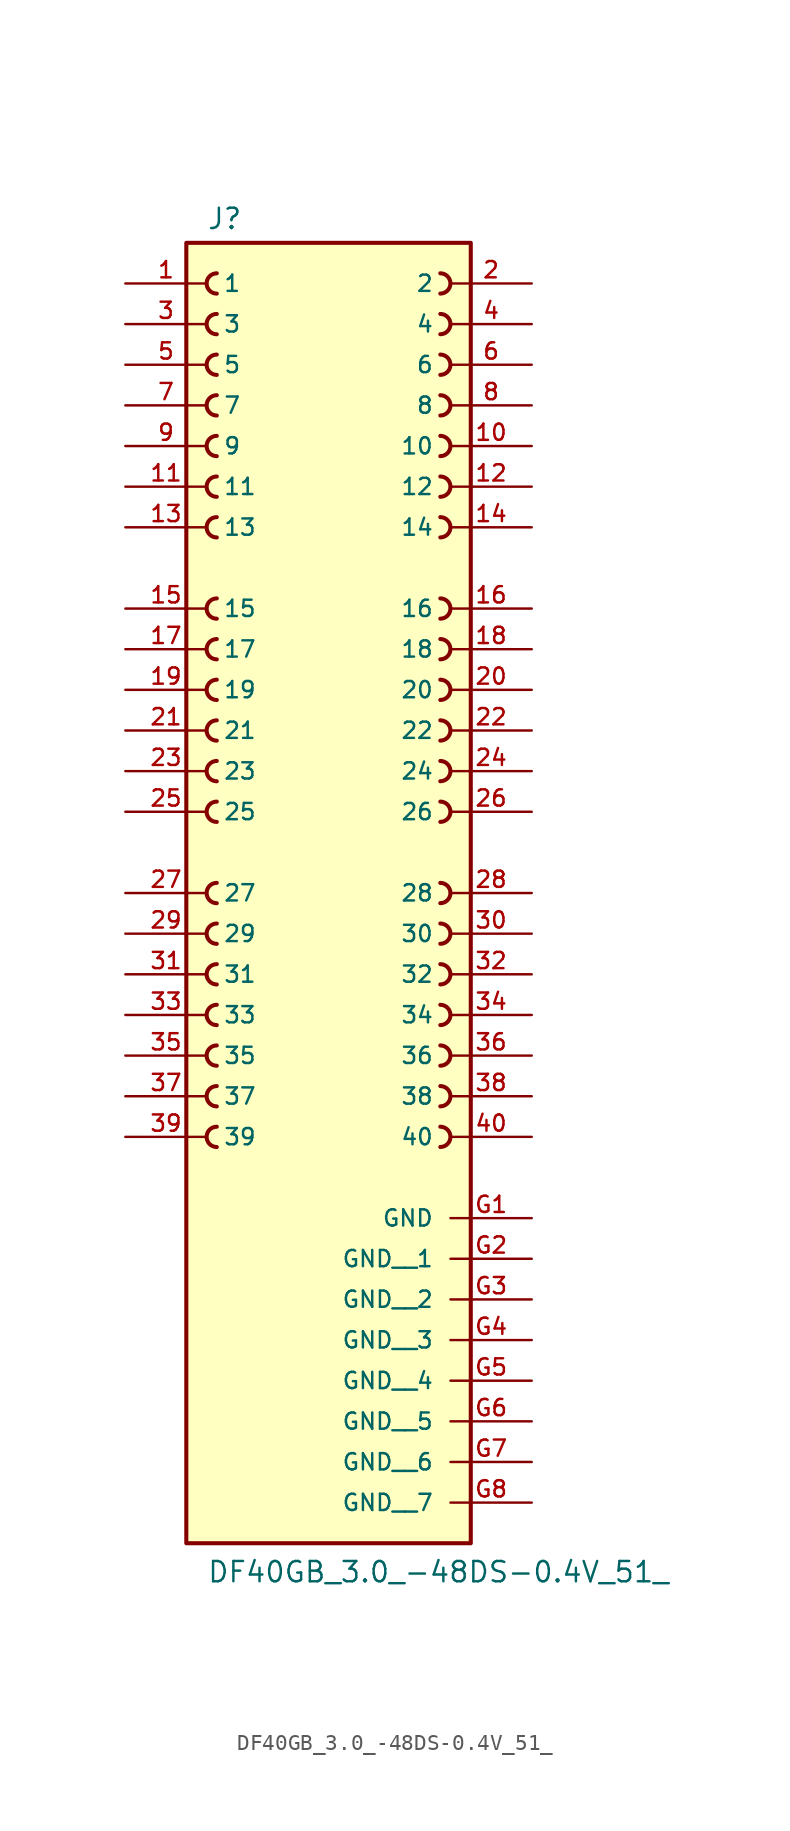
<source format=kicad_sym>
(kicad_symbol_lib
  (version 20211014)
  (generator kicad_symbol_editor)
  (symbol "DF40GB_3.0_-48DS-0.4V_51_"
    (pin_names
      (offset 1.016))
    (property "Reference" "J"
      (at -7.62 31.242 0)
      (effects (font (size 1.27 1.27)) (justify bottom left)))
    (property "Value" "DF40GB_3.0_-48DS-0.4V_51_"
      (at -7.62 -53.34 0)
      (effects (font (size 1.27 1.27)) (justify bottom left)))
    (symbol "DF40GB_3.0_-48DS-0.4V_51__0_0"
      (arc (start 6.985 27.305) (mid 7.62 27.94) (end 6.985 28.575) (stroke (width 0.254) (type default) (color 0 0 0 0)) (fill (type none)))
      (arc (start 6.985 24.765) (mid 7.62 25.4) (end 6.985 26.035) (stroke (width 0.254) (type default) (color 0 0 0 0)) (fill (type none)))
      (arc (start 6.985 22.225) (mid 7.62 22.86) (end 6.985 23.495) (stroke (width 0.254) (type default) (color 0 0 0 0)) (fill (type none)))
      (arc (start 6.985 19.685) (mid 7.62 20.32) (end 6.985 20.955) (stroke (width 0.254) (type default) (color 0 0 0 0)) (fill (type none)))
      (arc (start 6.985 17.145) (mid 7.62 17.78) (end 6.985 18.415) (stroke (width 0.254) (type default) (color 0 0 0 0)) (fill (type none)))
      (arc (start 6.985 14.605) (mid 7.62 15.24) (end 6.985 15.875) (stroke (width 0.254) (type default) (color 0 0 0 0)) (fill (type none)))
      (arc (start 6.985 12.065) (mid 7.62 12.7) (end 6.985 13.335) (stroke (width 0.254) (type default) (color 0 0 0 0)) (fill (type none)))
      (arc (start 6.985 6.985) (mid 7.62 7.62) (end 6.985 8.255) (stroke (width 0.254) (type default) (color 0 0 0 0)) (fill (type none)))
      (arc (start 6.985 4.445) (mid 7.62 5.08) (end 6.985 5.715) (stroke (width 0.254) (type default) (color 0 0 0 0)) (fill (type none)))
      (arc (start 6.985 1.905) (mid 7.62 2.54) (end 6.985 3.175) (stroke (width 0.254) (type default) (color 0 0 0 0)) (fill (type none)))
      (arc (start -6.985 3.175) (mid -7.62 2.54) (end -6.985 1.905) (stroke (width 0.254) (type default) (color 0 0 0 0)) (fill (type none)))
      (arc (start -6.985 5.715) (mid -7.62 5.08) (end -6.985 4.445) (stroke (width 0.254) (type default) (color 0 0 0 0)) (fill (type none)))
      (arc (start -6.985 8.255) (mid -7.62 7.62) (end -6.985 6.985) (stroke (width 0.254) (type default) (color 0 0 0 0)) (fill (type none)))
      (arc (start -6.985 13.335) (mid -7.62 12.7) (end -6.985 12.065) (stroke (width 0.254) (type default) (color 0 0 0 0)) (fill (type none)))
      (arc (start -6.985 15.875) (mid -7.62 15.24) (end -6.985 14.605) (stroke (width 0.254) (type default) (color 0 0 0 0)) (fill (type none)))
      (arc (start -6.985 18.415) (mid -7.62 17.78) (end -6.985 17.145) (stroke (width 0.254) (type default) (color 0 0 0 0)) (fill (type none)))
      (arc (start -6.985 20.955) (mid -7.62 20.32) (end -6.985 19.685) (stroke (width 0.254) (type default) (color 0 0 0 0)) (fill (type none)))
      (arc (start -6.985 23.495) (mid -7.62 22.86) (end -6.985 22.225) (stroke (width 0.254) (type default) (color 0 0 0 0)) (fill (type none)))
      (arc (start -6.985 26.035) (mid -7.62 25.4) (end -6.985 24.765) (stroke (width 0.254) (type default) (color 0 0 0 0)) (fill (type none)))
      (arc (start -6.985 28.575) (mid -7.62 27.94) (end -6.985 27.305) (stroke (width 0.254) (type default) (color 0 0 0 0)) (fill (type none)))
      (arc (start 6.985 -0.635) (mid 7.62 0.0) (end 6.985 0.635) (stroke (width 0.254) (type default) (color 0 0 0 0)) (fill (type none)))
      (arc (start 6.985 -3.175) (mid 7.62 -2.54) (end 6.985 -1.905) (stroke (width 0.254) (type default) (color 0 0 0 0)) (fill (type none)))
      (arc (start 6.985 -5.715) (mid 7.62 -5.08) (end 6.985 -4.445) (stroke (width 0.254) (type default) (color 0 0 0 0)) (fill (type none)))
      (arc (start -6.985 -4.445) (mid -7.62 -5.08) (end -6.985 -5.715) (stroke (width 0.254) (type default) (color 0 0 0 0)) (fill (type none)))
      (arc (start -6.985 -1.905) (mid -7.62 -2.54) (end -6.985 -3.175) (stroke (width 0.254) (type default) (color 0 0 0 0)) (fill (type none)))
      (arc (start -6.985 0.635) (mid -7.62 -0.0) (end -6.985 -0.635) (stroke (width 0.254) (type default) (color 0 0 0 0)) (fill (type none)))
      (arc (start 6.985 -10.795) (mid 7.62 -10.16) (end 6.985 -9.525) (stroke (width 0.254) (type default) (color 0 0 0 0)) (fill (type none)))
      (arc (start 6.985 -13.335) (mid 7.62 -12.7) (end 6.985 -12.065) (stroke (width 0.254) (type default) (color 0 0 0 0)) (fill (type none)))
      (arc (start 6.985 -15.875) (mid 7.62 -15.24) (end 6.985 -14.605) (stroke (width 0.254) (type default) (color 0 0 0 0)) (fill (type none)))
      (arc (start 6.985 -18.415) (mid 7.62 -17.78) (end 6.985 -17.145) (stroke (width 0.254) (type default) (color 0 0 0 0)) (fill (type none)))
      (arc (start 6.985 -20.955) (mid 7.62 -20.32) (end 6.985 -19.685) (stroke (width 0.254) (type default) (color 0 0 0 0)) (fill (type none)))
      (arc (start 6.985 -23.495) (mid 7.62 -22.86) (end 6.985 -22.225) (stroke (width 0.254) (type default) (color 0 0 0 0)) (fill (type none)))
      (arc (start 6.985 -26.035) (mid 7.62 -25.4) (end 6.985 -24.765) (stroke (width 0.254) (type default) (color 0 0 0 0)) (fill (type none)))
      (arc (start -6.985 -24.765) (mid -7.62 -25.4) (end -6.985 -26.035) (stroke (width 0.254) (type default) (color 0 0 0 0)) (fill (type none)))
      (arc (start -6.985 -22.225) (mid -7.62 -22.86) (end -6.985 -23.495) (stroke (width 0.254) (type default) (color 0 0 0 0)) (fill (type none)))
      (arc (start -6.985 -19.685) (mid -7.62 -20.32) (end -6.985 -20.955) (stroke (width 0.254) (type default) (color 0 0 0 0)) (fill (type none)))
      (arc (start -6.985 -17.145) (mid -7.62 -17.78) (end -6.985 -18.415) (stroke (width 0.254) (type default) (color 0 0 0 0)) (fill (type none)))
      (arc (start -6.985 -14.605) (mid -7.62 -15.24) (end -6.985 -15.875) (stroke (width 0.254) (type default) (color 0 0 0 0)) (fill (type none)))
      (arc (start -6.985 -12.065) (mid -7.62 -12.7) (end -6.985 -13.335) (stroke (width 0.254) (type default) (color 0 0 0 0)) (fill (type none)))
      (arc (start -6.985 -9.525) (mid -7.62 -10.16) (end -6.985 -10.795) (stroke (width 0.254) (type default) (color 0 0 0 0)) (fill (type none)))
      (rectangle (start -8.89 -50.8) (end 8.89 30.48) (stroke (width 0.254)) (fill (type background)))
      (pin passive line (at -12.7 27.94 0) (length 5.08) (name "1" (effects (font (size 1.016 1.016)))) (number "1" (effects (font (size 1.016 1.016)))))
      (pin passive line (at 12.7 27.94 180.0) (length 5.08) (name "2" (effects (font (size 1.016 1.016)))) (number "2" (effects (font (size 1.016 1.016)))))
      (pin passive line (at -12.7 25.4 0) (length 5.08) (name "3" (effects (font (size 1.016 1.016)))) (number "3" (effects (font (size 1.016 1.016)))))
      (pin passive line (at 12.7 25.4 180.0) (length 5.08) (name "4" (effects (font (size 1.016 1.016)))) (number "4" (effects (font (size 1.016 1.016)))))
      (pin passive line (at -12.7 22.86 0) (length 5.08) (name "5" (effects (font (size 1.016 1.016)))) (number "5" (effects (font (size 1.016 1.016)))))
      (pin passive line (at 12.7 22.86 180.0) (length 5.08) (name "6" (effects (font (size 1.016 1.016)))) (number "6" (effects (font (size 1.016 1.016)))))
      (pin passive line (at -12.7 20.32 0) (length 5.08) (name "7" (effects (font (size 1.016 1.016)))) (number "7" (effects (font (size 1.016 1.016)))))
      (pin passive line (at 12.7 20.32 180.0) (length 5.08) (name "8" (effects (font (size 1.016 1.016)))) (number "8" (effects (font (size 1.016 1.016)))))
      (pin passive line (at -12.7 17.78 0) (length 5.08) (name "9" (effects (font (size 1.016 1.016)))) (number "9" (effects (font (size 1.016 1.016)))))
      (pin passive line (at 12.7 17.78 180.0) (length 5.08) (name "10" (effects (font (size 1.016 1.016)))) (number "10" (effects (font (size 1.016 1.016)))))
      (pin passive line (at -12.7 15.24 0) (length 5.08) (name "11" (effects (font (size 1.016 1.016)))) (number "11" (effects (font (size 1.016 1.016)))))
      (pin passive line (at 12.7 15.24 180.0) (length 5.08) (name "12" (effects (font (size 1.016 1.016)))) (number "12" (effects (font (size 1.016 1.016)))))
      (pin passive line (at -12.7 12.7 0) (length 5.08) (name "13" (effects (font (size 1.016 1.016)))) (number "13" (effects (font (size 1.016 1.016)))))
      (pin passive line (at 12.7 12.7 180.0) (length 5.08) (name "14" (effects (font (size 1.016 1.016)))) (number "14" (effects (font (size 1.016 1.016)))))
      (pin power_in line (at 12.7 -30.48 180.0) (length 5.08) (name "GND" (effects (font (size 1.016 1.016)))) (number "G1" (effects (font (size 1.016 1.016)))))
      (pin passive line (at -12.7 7.62 0) (length 5.08) (name "15" (effects (font (size 1.016 1.016)))) (number "15" (effects (font (size 1.016 1.016)))))
      (pin passive line (at 12.7 7.62 180.0) (length 5.08) (name "16" (effects (font (size 1.016 1.016)))) (number "16" (effects (font (size 1.016 1.016)))))
      (pin passive line (at -12.7 5.08 0) (length 5.08) (name "17" (effects (font (size 1.016 1.016)))) (number "17" (effects (font (size 1.016 1.016)))))
      (pin passive line (at 12.7 5.08 180.0) (length 5.08) (name "18" (effects (font (size 1.016 1.016)))) (number "18" (effects (font (size 1.016 1.016)))))
      (pin passive line (at -12.7 2.54 0) (length 5.08) (name "19" (effects (font (size 1.016 1.016)))) (number "19" (effects (font (size 1.016 1.016)))))
      (pin passive line (at 12.7 2.54 180.0) (length 5.08) (name "20" (effects (font (size 1.016 1.016)))) (number "20" (effects (font (size 1.016 1.016)))))
      (pin passive line (at -12.7 0.0 0) (length 5.08) (name "21" (effects (font (size 1.016 1.016)))) (number "21" (effects (font (size 1.016 1.016)))))
      (pin passive line (at 12.7 0.0 180.0) (length 5.08) (name "22" (effects (font (size 1.016 1.016)))) (number "22" (effects (font (size 1.016 1.016)))))
      (pin passive line (at -12.7 -2.54 0) (length 5.08) (name "23" (effects (font (size 1.016 1.016)))) (number "23" (effects (font (size 1.016 1.016)))))
      (pin passive line (at 12.7 -2.54 180.0) (length 5.08) (name "24" (effects (font (size 1.016 1.016)))) (number "24" (effects (font (size 1.016 1.016)))))
      (pin passive line (at -12.7 -5.08 0) (length 5.08) (name "25" (effects (font (size 1.016 1.016)))) (number "25" (effects (font (size 1.016 1.016)))))
      (pin passive line (at 12.7 -5.08 180.0) (length 5.08) (name "26" (effects (font (size 1.016 1.016)))) (number "26" (effects (font (size 1.016 1.016)))))
      (pin passive line (at -12.7 -10.16 0) (length 5.08) (name "27" (effects (font (size 1.016 1.016)))) (number "27" (effects (font (size 1.016 1.016)))))
      (pin passive line (at 12.7 -10.16 180.0) (length 5.08) (name "28" (effects (font (size 1.016 1.016)))) (number "28" (effects (font (size 1.016 1.016)))))
      (pin passive line (at -12.7 -12.7 0) (length 5.08) (name "29" (effects (font (size 1.016 1.016)))) (number "29" (effects (font (size 1.016 1.016)))))
      (pin passive line (at 12.7 -12.7 180.0) (length 5.08) (name "30" (effects (font (size 1.016 1.016)))) (number "30" (effects (font (size 1.016 1.016)))))
      (pin passive line (at -12.7 -15.24 0) (length 5.08) (name "31" (effects (font (size 1.016 1.016)))) (number "31" (effects (font (size 1.016 1.016)))))
      (pin passive line (at 12.7 -15.24 180.0) (length 5.08) (name "32" (effects (font (size 1.016 1.016)))) (number "32" (effects (font (size 1.016 1.016)))))
      (pin passive line (at -12.7 -17.78 0) (length 5.08) (name "33" (effects (font (size 1.016 1.016)))) (number "33" (effects (font (size 1.016 1.016)))))
      (pin passive line (at 12.7 -17.78 180.0) (length 5.08) (name "34" (effects (font (size 1.016 1.016)))) (number "34" (effects (font (size 1.016 1.016)))))
      (pin passive line (at -12.7 -20.32 0) (length 5.08) (name "35" (effects (font (size 1.016 1.016)))) (number "35" (effects (font (size 1.016 1.016)))))
      (pin passive line (at 12.7 -20.32 180.0) (length 5.08) (name "36" (effects (font (size 1.016 1.016)))) (number "36" (effects (font (size 1.016 1.016)))))
      (pin passive line (at -12.7 -22.86 0) (length 5.08) (name "37" (effects (font (size 1.016 1.016)))) (number "37" (effects (font (size 1.016 1.016)))))
      (pin passive line (at 12.7 -22.86 180.0) (length 5.08) (name "38" (effects (font (size 1.016 1.016)))) (number "38" (effects (font (size 1.016 1.016)))))
      (pin passive line (at -12.7 -25.4 0) (length 5.08) (name "39" (effects (font (size 1.016 1.016)))) (number "39" (effects (font (size 1.016 1.016)))))
      (pin passive line (at 12.7 -25.4 180.0) (length 5.08) (name "40" (effects (font (size 1.016 1.016)))) (number "40" (effects (font (size 1.016 1.016)))))
      (pin power_in line (at 12.7 -33.02 180.0) (length 5.08) (name "GND__1" (effects (font (size 1.016 1.016)))) (number "G2" (effects (font (size 1.016 1.016)))))
      (pin power_in line (at 12.7 -35.56 180.0) (length 5.08) (name "GND__2" (effects (font (size 1.016 1.016)))) (number "G3" (effects (font (size 1.016 1.016)))))
      (pin power_in line (at 12.7 -38.1 180.0) (length 5.08) (name "GND__3" (effects (font (size 1.016 1.016)))) (number "G4" (effects (font (size 1.016 1.016)))))
      (pin power_in line (at 12.7 -40.64 180.0) (length 5.08) (name "GND__4" (effects (font (size 1.016 1.016)))) (number "G5" (effects (font (size 1.016 1.016)))))
      (pin power_in line (at 12.7 -43.18 180.0) (length 5.08) (name "GND__5" (effects (font (size 1.016 1.016)))) (number "G6" (effects (font (size 1.016 1.016)))))
      (pin power_in line (at 12.7 -45.72 180.0) (length 5.08) (name "GND__6" (effects (font (size 1.016 1.016)))) (number "G7" (effects (font (size 1.016 1.016)))))
      (pin power_in line (at 12.7 -48.26 180.0) (length 5.08) (name "GND__7" (effects (font (size 1.016 1.016)))) (number "G8" (effects (font (size 1.016 1.016))))))))
</source>
